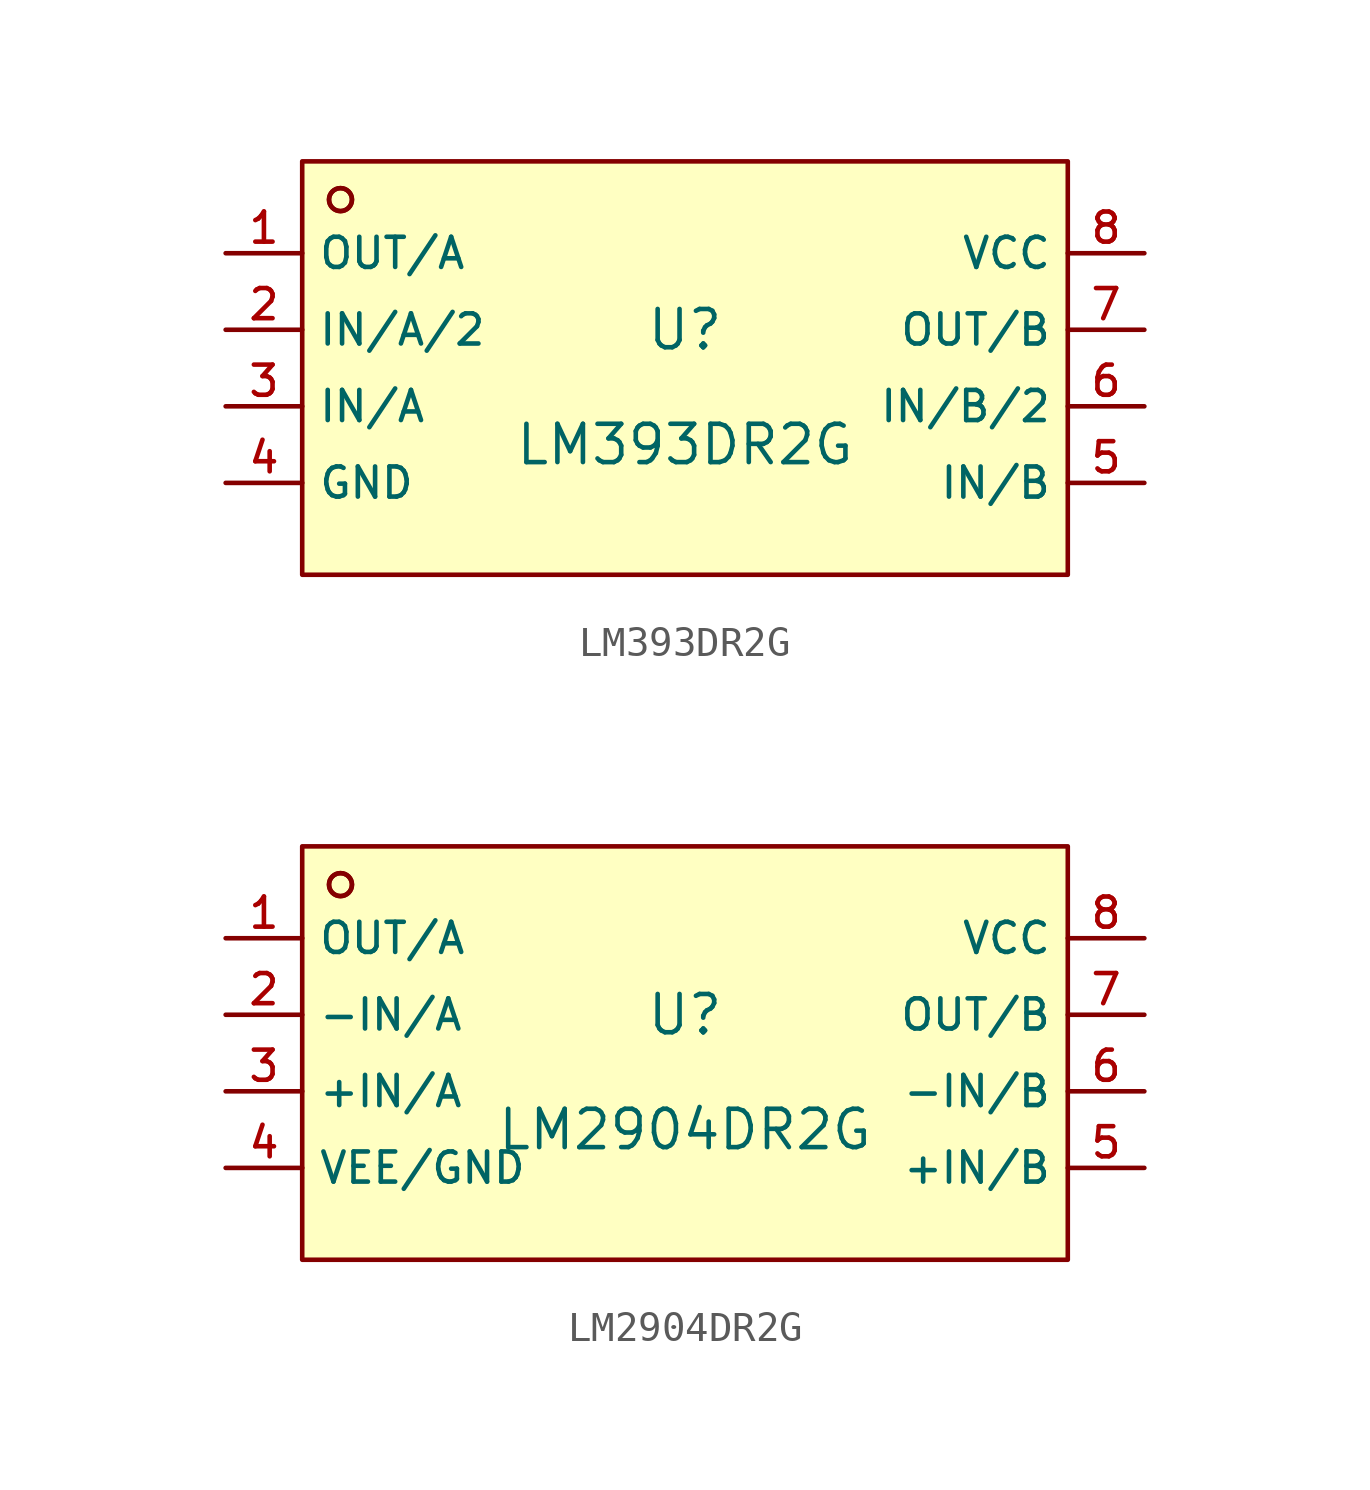
<source format=kicad_sym>
(kicad_symbol_lib
  (version 20210201)
  (generator TousstNicolas/JLC2KiCad_lib)
  (symbol "LM393DR2G"
    (property "Reference" "U"
      (at 0 1.27 0)
      (effects (font (size 1.27 1.27))))
    (property "Value" "LM393DR2G"
      (at 0 -2.54 0)
      (effects (font (size 1.27 1.27))))
    (symbol "LM393DR2G_0_1"
      (circle (center -11.43 5.588) (radius 0.381) (stroke (width 0) (type default) (color 0 0 0 0)) (fill (type background)))
      (rectangle (start -12.7 6.858) (end 12.7 -6.858) (stroke (width 0) (type default) (color 0 0 0 0)) (fill (type background)))
      (circle (center -11.43 5.588) (radius 0.381) (stroke (width 0) (type default) (color 0 0 0 0)) (fill (type background)))
      (pin unspecified line (at -15.24 3.81 0) (length 2.54) (name "OUT/A" (effects (font (size 1 1)))) (number "1" (effects (font (size 1 1)))))
      (pin unspecified line (at -15.24 1.27 0) (length 2.54) (name "IN/A/2" (effects (font (size 1 1)))) (number "2" (effects (font (size 1 1)))))
      (pin unspecified line (at -15.24 -1.27 0) (length 2.54) (name "IN/A" (effects (font (size 1 1)))) (number "3" (effects (font (size 1 1)))))
      (pin unspecified line (at -15.24 -3.81 0) (length 2.54) (name "GND" (effects (font (size 1 1)))) (number "4" (effects (font (size 1 1)))))
      (pin unspecified line (at 15.24 -3.81 180) (length 2.54) (name "IN/B" (effects (font (size 1 1)))) (number "5" (effects (font (size 1 1)))))
      (pin unspecified line (at 15.24 -1.27 180) (length 2.54) (name "IN/B/2" (effects (font (size 1 1)))) (number "6" (effects (font (size 1 1)))))
      (pin unspecified line (at 15.24 1.27 180) (length 2.54) (name "OUT/B" (effects (font (size 1 1)))) (number "7" (effects (font (size 1 1)))))
      (pin unspecified line (at 15.24 3.81 180) (length 2.54) (name "VCC" (effects (font (size 1 1)))) (number "8" (effects (font (size 1 1)))))))
  (symbol "LM2904DR2G"
    (property "Reference" "U"
      (at 0 1.27 0)
      (effects (font (size 1.27 1.27))))
    (property "Value" "LM2904DR2G"
      (at 0 -2.54 0)
      (effects (font (size 1.27 1.27))))
    (symbol "LM2904DR2G_0_1"
      (circle (center -11.43 5.588) (radius 0.381) (stroke (width 0) (type default) (color 0 0 0 0)) (fill (type background)))
      (rectangle (start -12.7 6.858) (end 12.7 -6.858) (stroke (width 0) (type default) (color 0 0 0 0)) (fill (type background)))
      (circle (center -11.43 5.588) (radius 0.381) (stroke (width 0) (type default) (color 0 0 0 0)) (fill (type background)))
      (pin unspecified line (at -15.24 3.81 0) (length 2.54) (name "OUT/A" (effects (font (size 1 1)))) (number "1" (effects (font (size 1 1)))))
      (pin unspecified line (at -15.24 1.27 0) (length 2.54) (name "-IN/A" (effects (font (size 1 1)))) (number "2" (effects (font (size 1 1)))))
      (pin unspecified line (at -15.24 -1.27 0) (length 2.54) (name "+IN/A" (effects (font (size 1 1)))) (number "3" (effects (font (size 1 1)))))
      (pin unspecified line (at -15.24 -3.81 0) (length 2.54) (name "VEE/GND" (effects (font (size 1 1)))) (number "4" (effects (font (size 1 1)))))
      (pin unspecified line (at 15.24 -3.81 180) (length 2.54) (name "+IN/B" (effects (font (size 1 1)))) (number "5" (effects (font (size 1 1)))))
      (pin unspecified line (at 15.24 -1.27 180) (length 2.54) (name "-IN/B" (effects (font (size 1 1)))) (number "6" (effects (font (size 1 1)))))
      (pin unspecified line (at 15.24 1.27 180) (length 2.54) (name "OUT/B" (effects (font (size 1 1)))) (number "7" (effects (font (size 1 1)))))
      (pin unspecified line (at 15.24 3.81 180) (length 2.54) (name "VCC" (effects (font (size 1 1)))) (number "8" (effects (font (size 1 1))))))))
</source>
